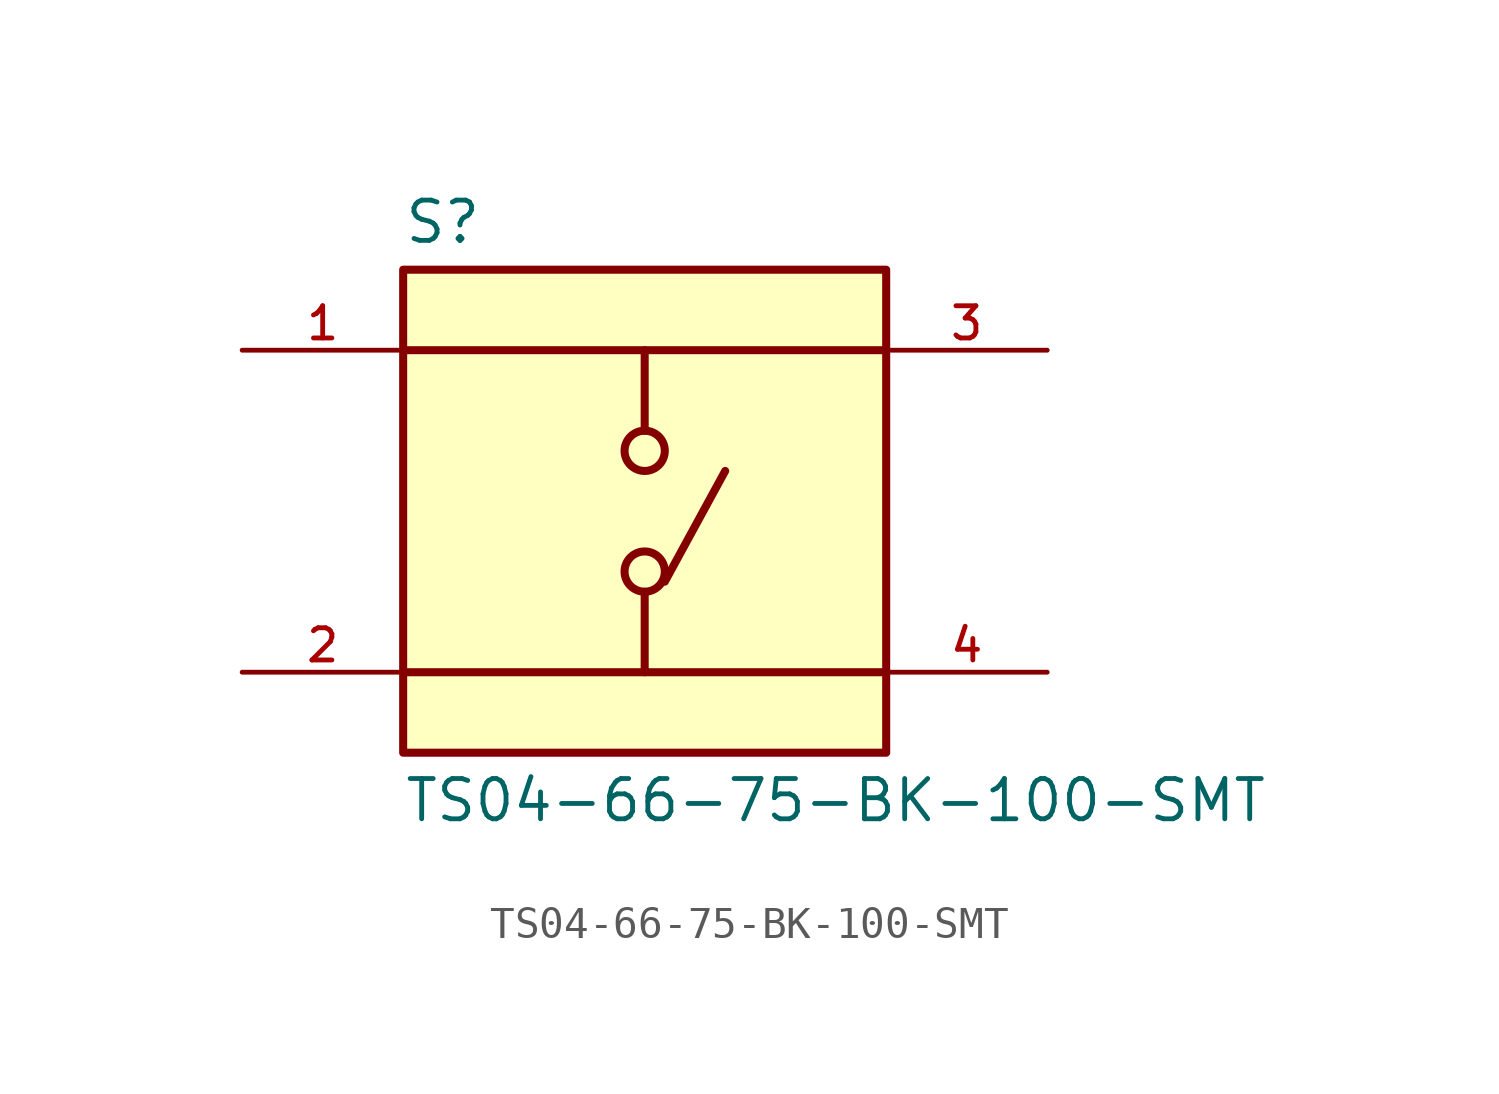
<source format=kicad_sym>
(kicad_symbol_lib
  (version 20211014)
  (generator kicad_symbol_editor)
  (symbol "TS04-66-75-BK-100-SMT"
    (pin_names
      (offset 1.016))
    (property "Reference" "S"
      (at -7.62 8.382 0)
      (effects (font (size 1.27 1.27)) (justify bottom left)))
    (property "Value" "TS04-66-75-BK-100-SMT"
      (at -7.62 -8.382 0)
      (effects (font (size 1.27 1.27)) (justify top left)))
    (symbol "TS04-66-75-BK-100-SMT_0_0"
      (polyline (pts (xy 0.0 5.08) (xy 0.0 2.54)) (stroke (width 0.254)))
      (polyline (pts (xy 0.0 -2.54) (xy 0.0 -5.08)) (stroke (width 0.254)))
      (polyline (pts (xy 7.62 5.08) (xy -7.62 5.08)) (stroke (width 0.254)))
      (polyline (pts (xy 7.62 -5.08) (xy -7.62 -5.08)) (stroke (width 0.254)))
      (circle (center 0.0 -1.905) (radius 0.635) (stroke (width 0.254)) (fill (type none)))
      (circle (center 0.0 1.905) (radius 0.635) (stroke (width 0.254)) (fill (type none)))
      (polyline (pts (xy 0.635 -2.223) (xy 2.54 1.27)) (stroke (width 0.254)))
      (rectangle (start -7.62 -7.62) (end 7.62 7.62) (stroke (width 0.254)) (fill (type background)))
      (pin passive line (at -12.7 5.08 0) (length 5.08) (name "~" (effects (font (size 1.016 1.016)))) (number "1" (effects (font (size 1.016 1.016)))))
      (pin passive line (at -12.7 -5.08 0) (length 5.08) (name "~" (effects (font (size 1.016 1.016)))) (number "2" (effects (font (size 1.016 1.016)))))
      (pin passive line (at 12.7 5.08 180.0) (length 5.08) (name "~" (effects (font (size 1.016 1.016)))) (number "3" (effects (font (size 1.016 1.016)))))
      (pin passive line (at 12.7 -5.08 180.0) (length 5.08) (name "~" (effects (font (size 1.016 1.016)))) (number "4" (effects (font (size 1.016 1.016))))))))
</source>
